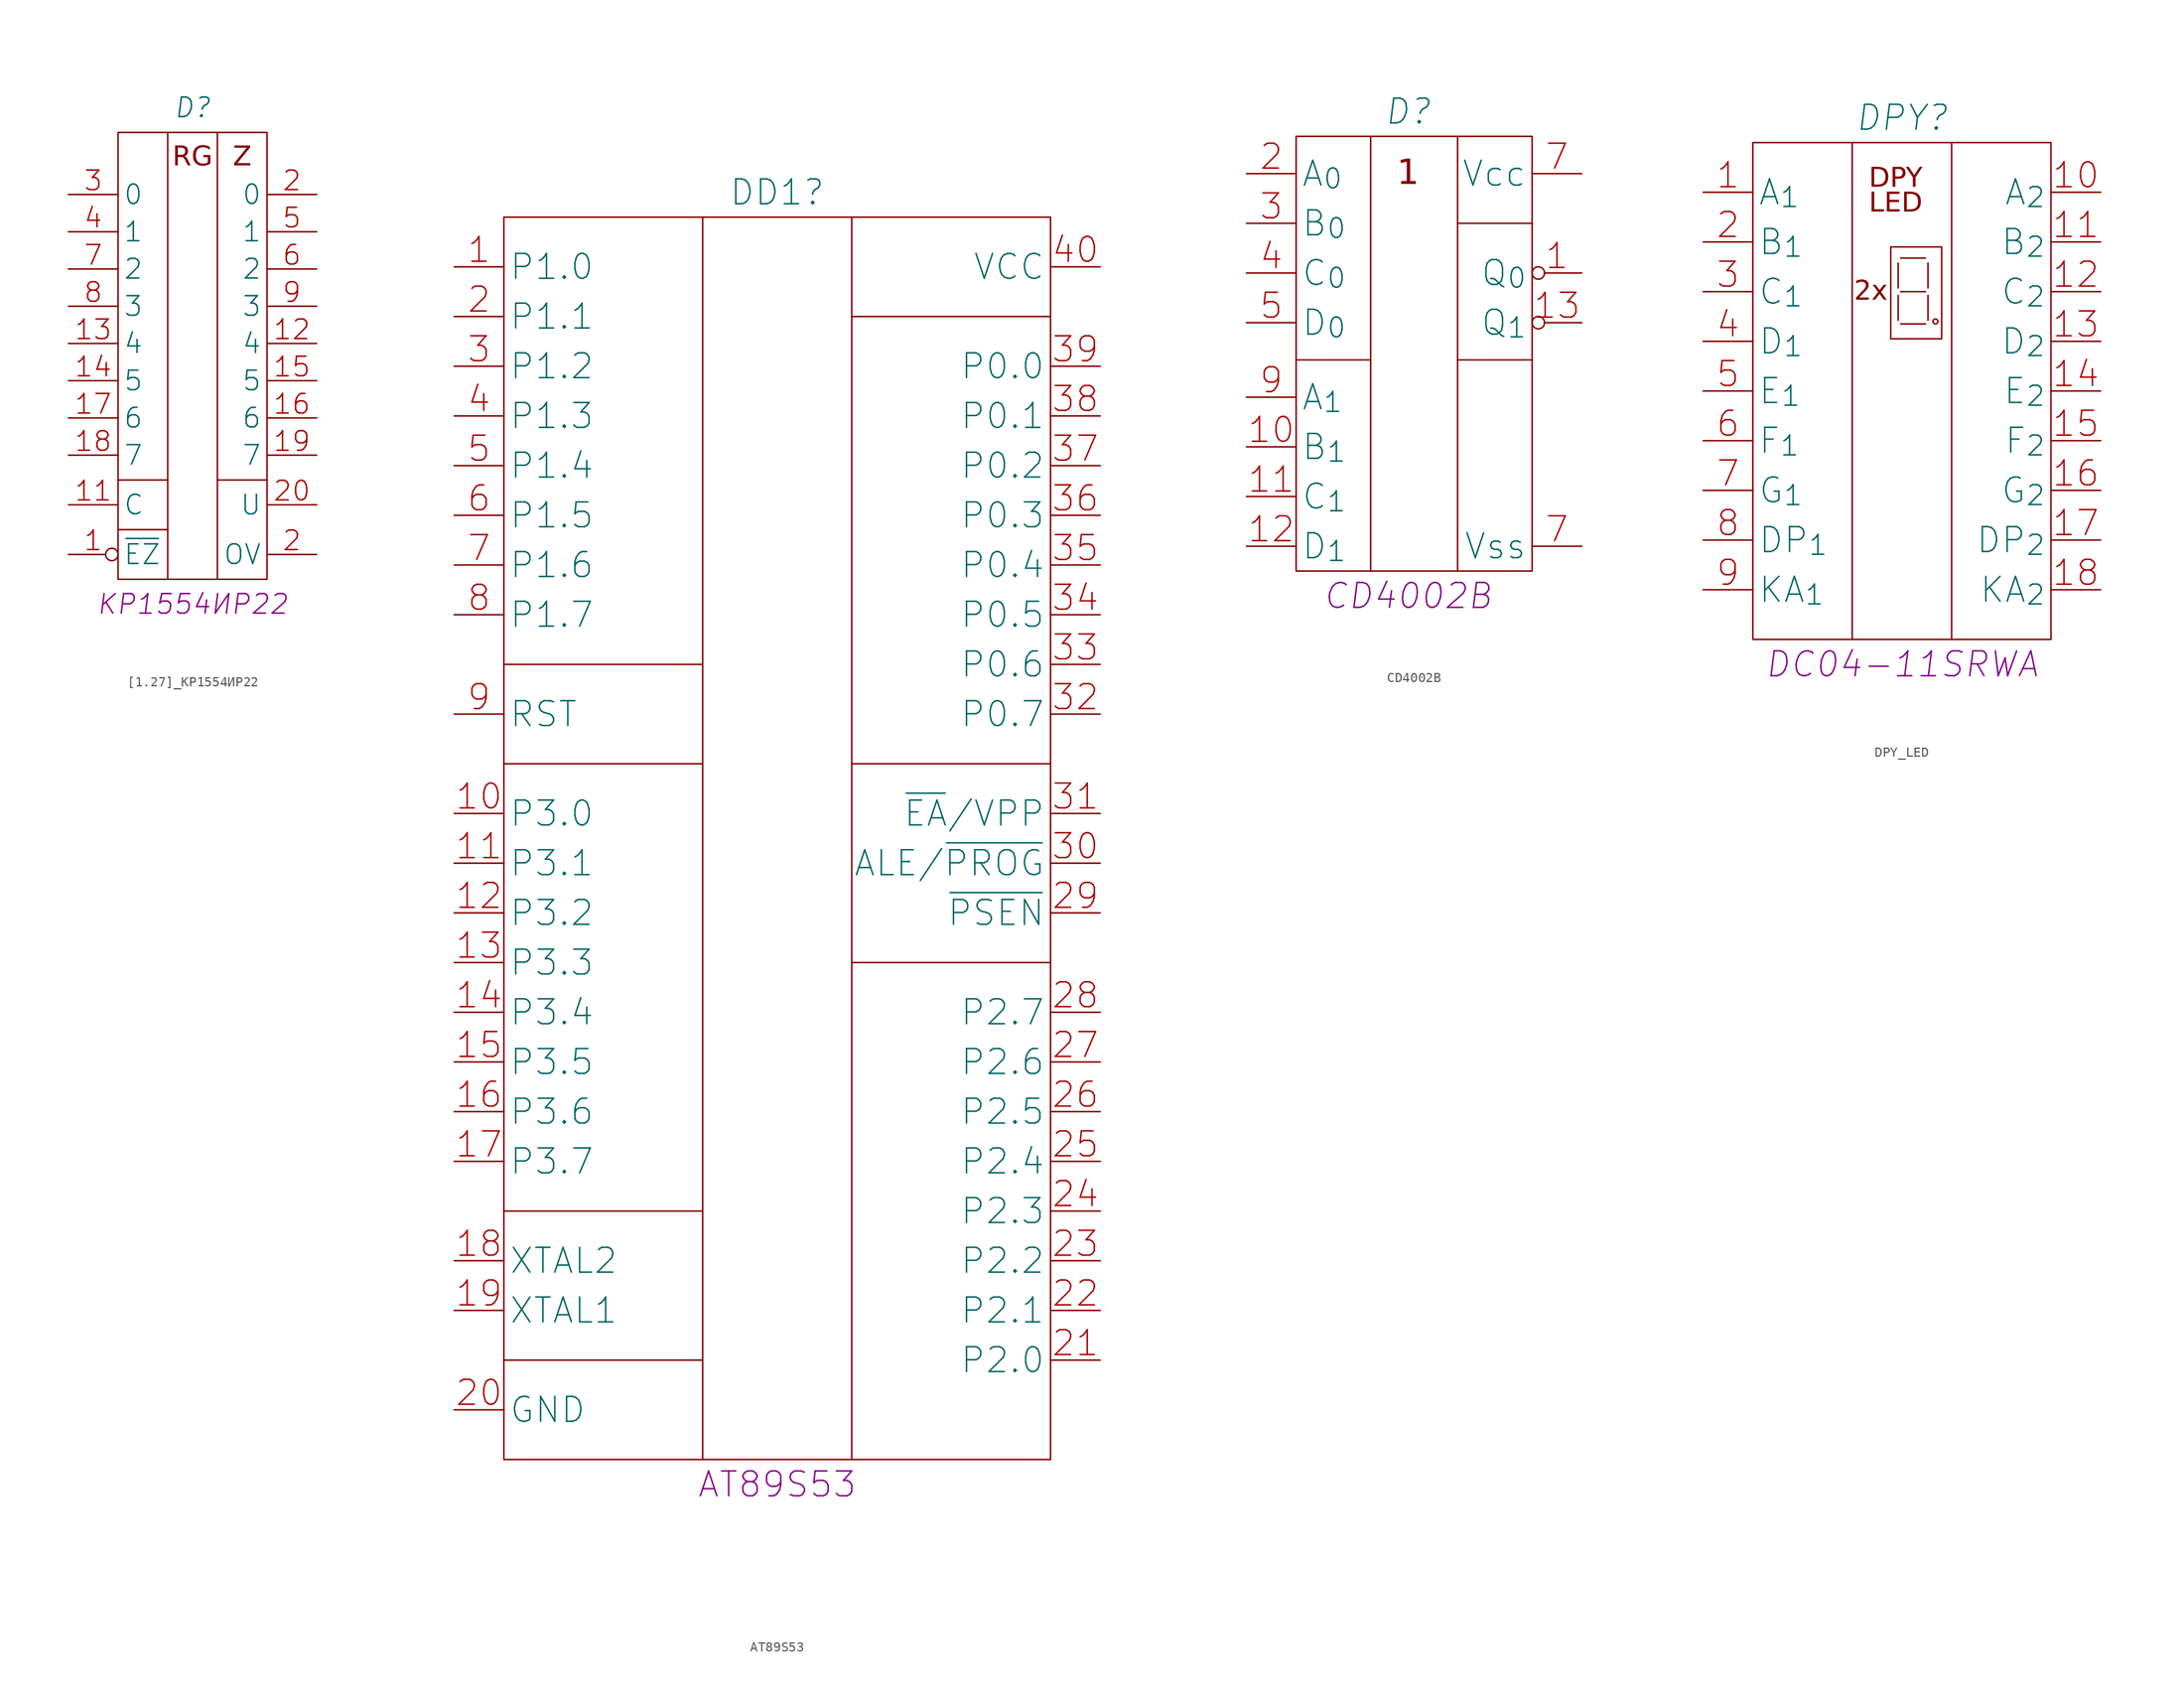
<source format=kicad_sym>
(kicad_symbol_lib
  (version 20220914)
  (generator kicad_symbol_editor)
  (symbol "[1.27]_КР1554ИР22"
    (property "Reference" "D"
      (at 12.7 8.89 0)
      (effects (font (size 2 2) italic)))
    (property "ValueName" "КР1554ИР22"
      (at 12.7 -41.91 0)
      (effects (font (size 2 2) italic)))
    (symbol "[1.27]_КР1554ИР22_1_1"
      (polyline (pts (xy 5.08 -34.29) (xy 10.16 -34.29)) (stroke (width 0) (type default)) (fill (type none)))
      (polyline (pts (xy 5.08 -29.21) (xy 10.16 -29.21)) (stroke (width 0) (type default)) (fill (type none)))
      (polyline (pts (xy 10.16 6.35) (xy 10.16 -39.37)) (stroke (width 0) (type default)) (fill (type none)))
      (polyline (pts (xy 15.24 -39.37) (xy 15.24 6.35)) (stroke (width 0) (type default)) (fill (type none)))
      (polyline (pts (xy 15.24 -29.21) (xy 20.32 -29.21)) (stroke (width 0) (type default)) (fill (type none)))
      (rectangle (start 5.08 6.35) (end 20.32 -39.37) (stroke (width 0) (type default)) (fill (type none)))
      (text "RG" (at 12.7 3.81 0) (effects (font (face "GOST type A") (size 2 2) italic)))
      (text "Z" (at 17.78 3.81 0) (effects (font (face "GOST type A") (size 2 2) italic)))
      (pin input inverted (at 0 -36.83 0) (length 5.08) (name "~{EZ}" (effects (font (size 2 2)))) (number "1" (effects (font (size 2 2)))))
      (pin input line (at 0 -31.75 0) (length 5.08) (name "C" (effects (font (size 2 2)))) (number "11" (effects (font (size 2 2)))))
      (pin output line (at 25.4 -15.24 180) (length 5.08) (name "4" (effects (font (size 2 2)))) (number "12" (effects (font (size 2 2)))))
      (pin input line (at 0 -15.24 0) (length 5.08) (name "4" (effects (font (size 2 2)))) (number "13" (effects (font (size 2 2)))))
      (pin input line (at 0 -19.05 0) (length 5.08) (name "5" (effects (font (size 2 2)))) (number "14" (effects (font (size 2 2)))))
      (pin output line (at 25.4 -19.05 180) (length 5.08) (name "5" (effects (font (size 2 2)))) (number "15" (effects (font (size 2 2)))))
      (pin output line (at 25.4 -22.86 180) (length 5.08) (name "6" (effects (font (size 2 2)))) (number "16" (effects (font (size 2 2)))))
      (pin input line (at 0 -22.86 0) (length 5.08) (name "6" (effects (font (size 2 2)))) (number "17" (effects (font (size 2 2)))))
      (pin input line (at 0 -26.67 0) (length 5.08) (name "7" (effects (font (size 2 2)))) (number "18" (effects (font (size 2 2)))))
      (pin output line (at 25.4 -26.67 180) (length 5.08) (name "7" (effects (font (size 2 2)))) (number "19" (effects (font (size 2 2)))))
      (pin output line (at 25.4 0 180) (length 5.08) (name "0" (effects (font (size 2 2)))) (number "2" (effects (font (size 2 2)))))
      (pin output line (at 25.4 -36.83 180) (length 5.08) (name "OV" (effects (font (size 2 2)))) (number "2" (effects (font (size 2 2)))))
      (pin power_in line (at 25.4 -31.75 180) (length 5.08) (name "U" (effects (font (size 2 2)))) (number "20" (effects (font (size 2 2)))))
      (pin input line (at 0 0 0) (length 5.08) (name "0" (effects (font (size 2 2)))) (number "3" (effects (font (size 2 2)))))
      (pin input line (at 0 -3.81 0) (length 5.08) (name "1" (effects (font (size 2 2)))) (number "4" (effects (font (size 2 2)))))
      (pin output line (at 25.4 -3.81 180) (length 5.08) (name "1" (effects (font (size 2 2)))) (number "5" (effects (font (size 2 2)))))
      (pin output line (at 25.4 -7.62 180) (length 5.08) (name "2" (effects (font (size 2 2)))) (number "6" (effects (font (size 2 2)))))
      (pin input line (at 0 -7.62 0) (length 5.08) (name "2" (effects (font (size 2 2)))) (number "7" (effects (font (size 2 2)))))
      (pin input line (at 0 -11.43 0) (length 5.08) (name "3" (effects (font (size 2 2)))) (number "8" (effects (font (size 2 2)))))
      (pin output line (at 25.4 -11.43 180) (length 5.08) (name "3" (effects (font (size 2 2)))) (number "9" (effects (font (size 2 2)))))))
  (symbol "AT89S53"
    (property "Reference" "DD1"
      (at 33.02 7.62 0)
      (effects (font (size 2.54 2.54))))
    (property "ValueName" "AT89S53"
      (at 33.02 -124.46 0)
      (effects (font (size 2.54 2.54))))
    (property "ValueTU" ""
      (at 0 0 0)
      (effects (font (size 1.27 1.27))))
    (property "ValueSupplier" ""
      (at 0 0 0)
      (effects (font (size 1.27 1.27))))
    (property "ValueAnalog" ""
      (at 0 0 0)
      (effects (font (size 1.27 1.27))))
    (property "ValueTemperature" ""
      (at 0 0 0)
      (effects (font (size 1.27 1.27))))
    (property "ValueNote" ""
      (at 0 0 0)
      (effects (font (size 1.27 1.27))))
    (symbol "AT89S53_0_1"
      (polyline (pts (xy 5.08 -111.76) (xy 25.4 -111.76)) (stroke (width 0) (type default)) (fill (type none)))
      (polyline (pts (xy 5.08 -96.52) (xy 25.4 -96.52)) (stroke (width 0) (type default)) (fill (type none)))
      (polyline (pts (xy 5.08 -50.8) (xy 25.4 -50.8)) (stroke (width 0) (type default)) (fill (type none)))
      (polyline (pts (xy 5.08 -40.64) (xy 25.4 -40.64)) (stroke (width 0) (type default)) (fill (type none)))
      (polyline (pts (xy 25.4 5.08) (xy 25.4 -121.92)) (stroke (width 0) (type default)) (fill (type none)))
      (polyline (pts (xy 40.64 5.08) (xy 40.64 -121.92)) (stroke (width 0) (type default)) (fill (type none)))
      (polyline (pts (xy 60.96 -71.12) (xy 40.64 -71.12)) (stroke (width 0) (type default)) (fill (type none)))
      (polyline (pts (xy 60.96 -50.8) (xy 40.64 -50.8)) (stroke (width 0) (type default)) (fill (type none)))
      (polyline (pts (xy 60.96 -5.08) (xy 40.64 -5.08)) (stroke (width 0) (type default)) (fill (type none)))
      (rectangle (start 5.08 5.08) (end 60.96 -121.92) (stroke (width 0) (type default)) (fill (type none))))
    (symbol "AT89S53_1_1"
      (pin bidirectional line (at 0 0 0) (length 5.08) (name "P1.0" (effects (font (size 2.54 2.54)))) (number "1" (effects (font (size 2.54 2.54)))))
      (pin bidirectional line (at 0 -55.88 0) (length 5.08) (name "P3.0" (effects (font (size 2.54 2.54)))) (number "10" (effects (font (size 2.54 2.54)))))
      (pin bidirectional line (at 0 -60.96 0) (length 5.08) (name "P3.1" (effects (font (size 2.54 2.54)))) (number "11" (effects (font (size 2.54 2.54)))))
      (pin bidirectional line (at 0 -66.04 0) (length 5.08) (name "P3.2" (effects (font (size 2.54 2.54)))) (number "12" (effects (font (size 2.54 2.54)))))
      (pin bidirectional line (at 0 -71.12 0) (length 5.08) (name "P3.3" (effects (font (size 2.54 2.54)))) (number "13" (effects (font (size 2.54 2.54)))))
      (pin bidirectional line (at 0 -76.2 0) (length 5.08) (name "P3.4" (effects (font (size 2.54 2.54)))) (number "14" (effects (font (size 2.54 2.54)))))
      (pin bidirectional line (at 0 -81.28 0) (length 5.08) (name "P3.5" (effects (font (size 2.54 2.54)))) (number "15" (effects (font (size 2.54 2.54)))))
      (pin bidirectional line (at 0 -86.36 0) (length 5.08) (name "P3.6" (effects (font (size 2.54 2.54)))) (number "16" (effects (font (size 2.54 2.54)))))
      (pin bidirectional line (at 0 -91.44 0) (length 5.08) (name "P3.7" (effects (font (size 2.54 2.54)))) (number "17" (effects (font (size 2.54 2.54)))))
      (pin output line (at 0 -101.6 0) (length 5.08) (name "XTAL2" (effects (font (size 2.54 2.54)))) (number "18" (effects (font (size 2.54 2.54)))))
      (pin input line (at 0 -106.68 0) (length 5.08) (name "XTAL1" (effects (font (size 2.54 2.54)))) (number "19" (effects (font (size 2.54 2.54)))))
      (pin bidirectional line (at 0 -5.08 0) (length 5.08) (name "P1.1" (effects (font (size 2.54 2.54)))) (number "2" (effects (font (size 2.54 2.54)))))
      (pin power_out line (at 0 -116.84 0) (length 5.08) (name "GND" (effects (font (size 2.54 2.54)))) (number "20" (effects (font (size 2.54 2.54)))))
      (pin bidirectional line (at 66.04 -111.76 180) (length 5.08) (name "P2.0" (effects (font (size 2.54 2.54)))) (number "21" (effects (font (size 2.54 2.54)))))
      (pin bidirectional line (at 66.04 -106.68 180) (length 5.08) (name "P2.1" (effects (font (size 2.54 2.54)))) (number "22" (effects (font (size 2.54 2.54)))))
      (pin bidirectional line (at 66.04 -101.6 180) (length 5.08) (name "P2.2" (effects (font (size 2.54 2.54)))) (number "23" (effects (font (size 2.54 2.54)))))
      (pin bidirectional line (at 66.04 -96.52 180) (length 5.08) (name "P2.3" (effects (font (size 2.54 2.54)))) (number "24" (effects (font (size 2.54 2.54)))))
      (pin bidirectional line (at 66.04 -91.44 180) (length 5.08) (name "P2.4" (effects (font (size 2.54 2.54)))) (number "25" (effects (font (size 2.54 2.54)))))
      (pin bidirectional line (at 66.04 -86.36 180) (length 5.08) (name "P2.5" (effects (font (size 2.54 2.54)))) (number "26" (effects (font (size 2.54 2.54)))))
      (pin bidirectional line (at 66.04 -81.28 180) (length 5.08) (name "P2.6" (effects (font (size 2.54 2.54)))) (number "27" (effects (font (size 2.54 2.54)))))
      (pin bidirectional line (at 66.04 -76.2 180) (length 5.08) (name "P2.7" (effects (font (size 2.54 2.54)))) (number "28" (effects (font (size 2.54 2.54)))))
      (pin input line (at 66.04 -66.04 180) (length 5.08) (name "~{PSEN}" (effects (font (size 2.54 2.54)))) (number "29" (effects (font (size 2.54 2.54)))))
      (pin bidirectional line (at 0 -10.16 0) (length 5.08) (name "P1.2" (effects (font (size 2.54 2.54)))) (number "3" (effects (font (size 2.54 2.54)))))
      (pin bidirectional line (at 66.04 -60.96 180) (length 5.08) (name "ALE/~{PROG}" (effects (font (size 2.54 2.54)))) (number "30" (effects (font (size 2.54 2.54)))))
      (pin input line (at 66.04 -55.88 180) (length 5.08) (name "~{EA}/VPP" (effects (font (size 2.54 2.54)))) (number "31" (effects (font (size 2.54 2.54)))))
      (pin bidirectional line (at 66.04 -45.72 180) (length 5.08) (name "P0.7" (effects (font (size 2.54 2.54)))) (number "32" (effects (font (size 2.54 2.54)))))
      (pin bidirectional line (at 66.04 -40.64 180) (length 5.08) (name "P0.6" (effects (font (size 2.54 2.54)))) (number "33" (effects (font (size 2.54 2.54)))))
      (pin bidirectional line (at 66.04 -35.56 180) (length 5.08) (name "P0.5" (effects (font (size 2.54 2.54)))) (number "34" (effects (font (size 2.54 2.54)))))
      (pin bidirectional line (at 66.04 -30.48 180) (length 5.08) (name "P0.4" (effects (font (size 2.54 2.54)))) (number "35" (effects (font (size 2.54 2.54)))))
      (pin bidirectional line (at 66.04 -25.4 180) (length 5.08) (name "P0.3" (effects (font (size 2.54 2.54)))) (number "36" (effects (font (size 2.54 2.54)))))
      (pin bidirectional line (at 66.04 -20.32 180) (length 5.08) (name "P0.2" (effects (font (size 2.54 2.54)))) (number "37" (effects (font (size 2.54 2.54)))))
      (pin bidirectional line (at 66.04 -15.24 180) (length 5.08) (name "P0.1" (effects (font (size 2.54 2.54)))) (number "38" (effects (font (size 2.54 2.54)))))
      (pin bidirectional line (at 66.04 -10.16 180) (length 5.08) (name "P0.0" (effects (font (size 2.54 2.54)))) (number "39" (effects (font (size 2.54 2.54)))))
      (pin bidirectional line (at 0 -15.24 0) (length 5.08) (name "P1.3" (effects (font (size 2.54 2.54)))) (number "4" (effects (font (size 2.54 2.54)))))
      (pin power_in line (at 66.04 0 180) (length 5.08) (name "VCC" (effects (font (size 2.54 2.54)))) (number "40" (effects (font (size 2.54 2.54)))))
      (pin bidirectional line (at 0 -20.32 0) (length 5.08) (name "P1.4" (effects (font (size 2.54 2.54)))) (number "5" (effects (font (size 2.54 2.54)))))
      (pin bidirectional line (at 0 -25.4 0) (length 5.08) (name "P1.5" (effects (font (size 2.54 2.54)))) (number "6" (effects (font (size 2.54 2.54)))))
      (pin bidirectional line (at 0 -30.48 0) (length 5.08) (name "P1.6" (effects (font (size 2.54 2.54)))) (number "7" (effects (font (size 2.54 2.54)))))
      (pin bidirectional line (at 0 -35.56 0) (length 5.08) (name "P1.7" (effects (font (size 2.54 2.54)))) (number "8" (effects (font (size 2.54 2.54)))))
      (pin power_in line (at 0 -45.72 0) (length 5.08) (name "RST" (effects (font (size 2.54 2.54)))) (number "9" (effects (font (size 2.54 2.54)))))))
  (symbol "CD4002B"
    (property "Reference" "D"
      (at 16.51 6.35 0)
      (effects (font (size 2.54 2.54) italic)))
    (property "ValueName" "CD4002B"
      (at 16.51 -43.18 0)
      (effects (font (size 2.54 2.54) italic)))
    (symbol "CD4002B_0_1"
      (polyline (pts (xy 5.08 -19.05) (xy 12.7 -19.05)) (stroke (width 0) (type default)) (fill (type none)))
      (polyline (pts (xy 12.7 3.81) (xy 12.7 -40.64)) (stroke (width 0) (type default)) (fill (type none)))
      (polyline (pts (xy 21.59 -19.05) (xy 29.21 -19.05)) (stroke (width 0) (type default)) (fill (type none)))
      (polyline (pts (xy 21.59 -5.08) (xy 29.21 -5.08)) (stroke (width 0) (type default)) (fill (type none)))
      (polyline (pts (xy 21.59 3.81) (xy 21.59 -40.64)) (stroke (width 0) (type default)) (fill (type none)))
      (rectangle (start 5.08 3.81) (end 29.21 -40.64) (stroke (width 0) (type default)) (fill (type none))))
    (symbol "CD4002B_1_1"
      (text "1" (at 16.51 0 0) (effects (font (face "GOST type A") (size 2.54 2.54) italic)))
      (pin output inverted (at 34.29 -10.16 180) (length 5.08) (name "Q_{0}" (effects (font (size 2.54 2.54)))) (number "1" (effects (font (size 2.54 2.54)))))
      (pin input line (at 0 -27.94 0) (length 5.08) (name "B_{1}" (effects (font (size 2.54 2.54)))) (number "10" (effects (font (size 2.54 2.54)))))
      (pin input line (at 0 -33.02 0) (length 5.08) (name "C_{1}" (effects (font (size 2.54 2.54)))) (number "11" (effects (font (size 2.54 2.54)))))
      (pin input line (at 0 -38.1 0) (length 5.08) (name "D_{1}" (effects (font (size 2.54 2.54)))) (number "12" (effects (font (size 2.54 2.54)))))
      (pin output inverted (at 34.29 -15.24 180) (length 5.08) (name "Q_{1}" (effects (font (size 2.54 2.54)))) (number "13" (effects (font (size 2.54 2.54)))))
      (pin input line (at 0 0 0) (length 5.08) (name "A_{0}" (effects (font (size 2.54 2.54)))) (number "2" (effects (font (size 2.54 2.54)))))
      (pin input line (at 0 -5.08 0) (length 5.08) (name "B_{0}" (effects (font (size 2.54 2.54)))) (number "3" (effects (font (size 2.54 2.54)))))
      (pin input line (at 0 -10.16 0) (length 5.08) (name "C_{0}" (effects (font (size 2.54 2.54)))) (number "4" (effects (font (size 2.54 2.54)))))
      (pin input line (at 0 -15.24 0) (length 5.08) (name "D_{0}" (effects (font (size 2.54 2.54)))) (number "5" (effects (font (size 2.54 2.54)))))
      (pin power_in line (at 34.29 0 180) (length 5.08) (name "Vcc" (effects (font (size 2.54 2.54)))) (number "7" (effects (font (size 2.54 2.54)))))
      (pin input line (at 34.29 -38.1 180) (length 5.08) (name "Vss" (effects (font (size 2.54 2.54)))) (number "7" (effects (font (size 2.54 2.54)))))
      (pin input line (at 0 -22.86 0) (length 5.08) (name "A_{1}" (effects (font (size 2.54 2.54)))) (number "9" (effects (font (size 2.54 2.54)))))))
  (symbol "DPY_LED"
    (property "Reference" "DPY"
      (at 20.32 7.62 0)
      (effects (font (size 2.54 2.54) italic)))
    (property "ValueName" "DC04-11SRWA"
      (at 20.32 -48.26 0)
      (effects (font (size 2.54 2.54) italic)))
    (symbol "DPY_LED_0_1"
      (polyline (pts (xy 15.24 5.08) (xy 15.24 -45.72)) (stroke (width 0) (type default)) (fill (type none)))
      (polyline (pts (xy 19.939 -10.541) (xy 19.939 -13.081)) (stroke (width 0) (type default)) (fill (type none)))
      (polyline (pts (xy 19.939 -7.239) (xy 19.939 -9.779)) (stroke (width 0) (type default)) (fill (type none)))
      (polyline (pts (xy 20.193 -13.462) (xy 22.733 -13.462)) (stroke (width 0) (type default)) (fill (type none)))
      (polyline (pts (xy 20.193 -10.16) (xy 22.733 -10.16)) (stroke (width 0) (type default)) (fill (type none)))
      (polyline (pts (xy 20.193 -6.731) (xy 22.733 -6.731)) (stroke (width 0) (type default)) (fill (type none)))
      (polyline (pts (xy 22.987 -10.541) (xy 22.987 -13.081)) (stroke (width 0) (type default)) (fill (type none)))
      (polyline (pts (xy 22.987 -7.239) (xy 22.987 -9.779)) (stroke (width 0) (type default)) (fill (type none)))
      (polyline (pts (xy 25.4 5.08) (xy 25.4 -45.72)) (stroke (width 0) (type default)) (fill (type none)))
      (rectangle (start 5.08 5.08) (end 35.56 -45.72) (stroke (width 0) (type default)) (fill (type none))))
    (symbol "DPY_LED_1_1"
      (rectangle (start 19.177 -5.588) (end 24.384 -14.986) (stroke (width 0) (type default)) (fill (type none)))
      (circle (center 23.749 -13.208) (radius 0.254) (stroke (width 0) (type default)) (fill (type none)))
      (text "2х" (at 17.145 -10.16 0) (effects (font (face "GOST type A") (size 2 2) italic)))
      (text "DPY" (at 19.685 1.397 0) (effects (font (face "GOST type A") (size 2 2) italic)))
      (text "LED" (at 19.685 -1.143 0) (effects (font (face "GOST type A") (size 2 2) italic)))
      (pin input line (at 0 0 0) (length 5.08) (name "A_{1}" (effects (font (size 2.54 2.54)))) (number "1" (effects (font (size 2.54 2.54)))))
      (pin input line (at 40.64 0 180) (length 5.08) (name "A_{2}" (effects (font (size 2.54 2.54)))) (number "10" (effects (font (size 2.54 2.54)))))
      (pin input line (at 40.64 -5.08 180) (length 5.08) (name "B_{2}" (effects (font (size 2.54 2.54)))) (number "11" (effects (font (size 2.54 2.54)))))
      (pin input line (at 40.64 -10.16 180) (length 5.08) (name "C_{2}" (effects (font (size 2.54 2.54)))) (number "12" (effects (font (size 2.54 2.54)))))
      (pin input line (at 40.64 -15.24 180) (length 5.08) (name "D_{2}" (effects (font (size 2.54 2.54)))) (number "13" (effects (font (size 2.54 2.54)))))
      (pin input line (at 40.64 -20.32 180) (length 5.08) (name "E_{2}" (effects (font (size 2.54 2.54)))) (number "14" (effects (font (size 2.54 2.54)))))
      (pin input line (at 40.64 -25.4 180) (length 5.08) (name "F_{2}" (effects (font (size 2.54 2.54)))) (number "15" (effects (font (size 2.54 2.54)))))
      (pin input line (at 40.64 -30.48 180) (length 5.08) (name "G_{2}" (effects (font (size 2.54 2.54)))) (number "16" (effects (font (size 2.54 2.54)))))
      (pin input line (at 40.64 -35.56 180) (length 5.08) (name "DP_{2}" (effects (font (size 2.54 2.54)))) (number "17" (effects (font (size 2.54 2.54)))))
      (pin output line (at 40.64 -40.64 180) (length 5.08) (name "KA_{2}" (effects (font (size 2.54 2.54)))) (number "18" (effects (font (size 2.54 2.54)))))
      (pin input line (at 0 -5.08 0) (length 5.08) (name "B_{1}" (effects (font (size 2.54 2.54)))) (number "2" (effects (font (size 2.54 2.54)))))
      (pin input line (at 0 -10.16 0) (length 5.08) (name "C_{1}" (effects (font (size 2.54 2.54)))) (number "3" (effects (font (size 2.54 2.54)))))
      (pin input line (at 0 -15.24 0) (length 5.08) (name "D_{1}" (effects (font (size 2.54 2.54)))) (number "4" (effects (font (size 2.54 2.54)))))
      (pin input line (at 0 -20.32 0) (length 5.08) (name "E_{1}" (effects (font (size 2.54 2.54)))) (number "5" (effects (font (size 2.54 2.54)))))
      (pin input line (at 0 -25.4 0) (length 5.08) (name "F_{1}" (effects (font (size 2.54 2.54)))) (number "6" (effects (font (size 2.54 2.54)))))
      (pin input line (at 0 -30.48 0) (length 5.08) (name "G_{1}" (effects (font (size 2.54 2.54)))) (number "7" (effects (font (size 2.54 2.54)))))
      (pin input line (at 0 -35.56 0) (length 5.08) (name "DP_{1}" (effects (font (size 2.54 2.54)))) (number "8" (effects (font (size 2.54 2.54)))))
      (pin output line (at 0 -40.64 0) (length 5.08) (name "KA_{1}" (effects (font (size 2.54 2.54)))) (number "9" (effects (font (size 2.54 2.54))))))))
</source>
